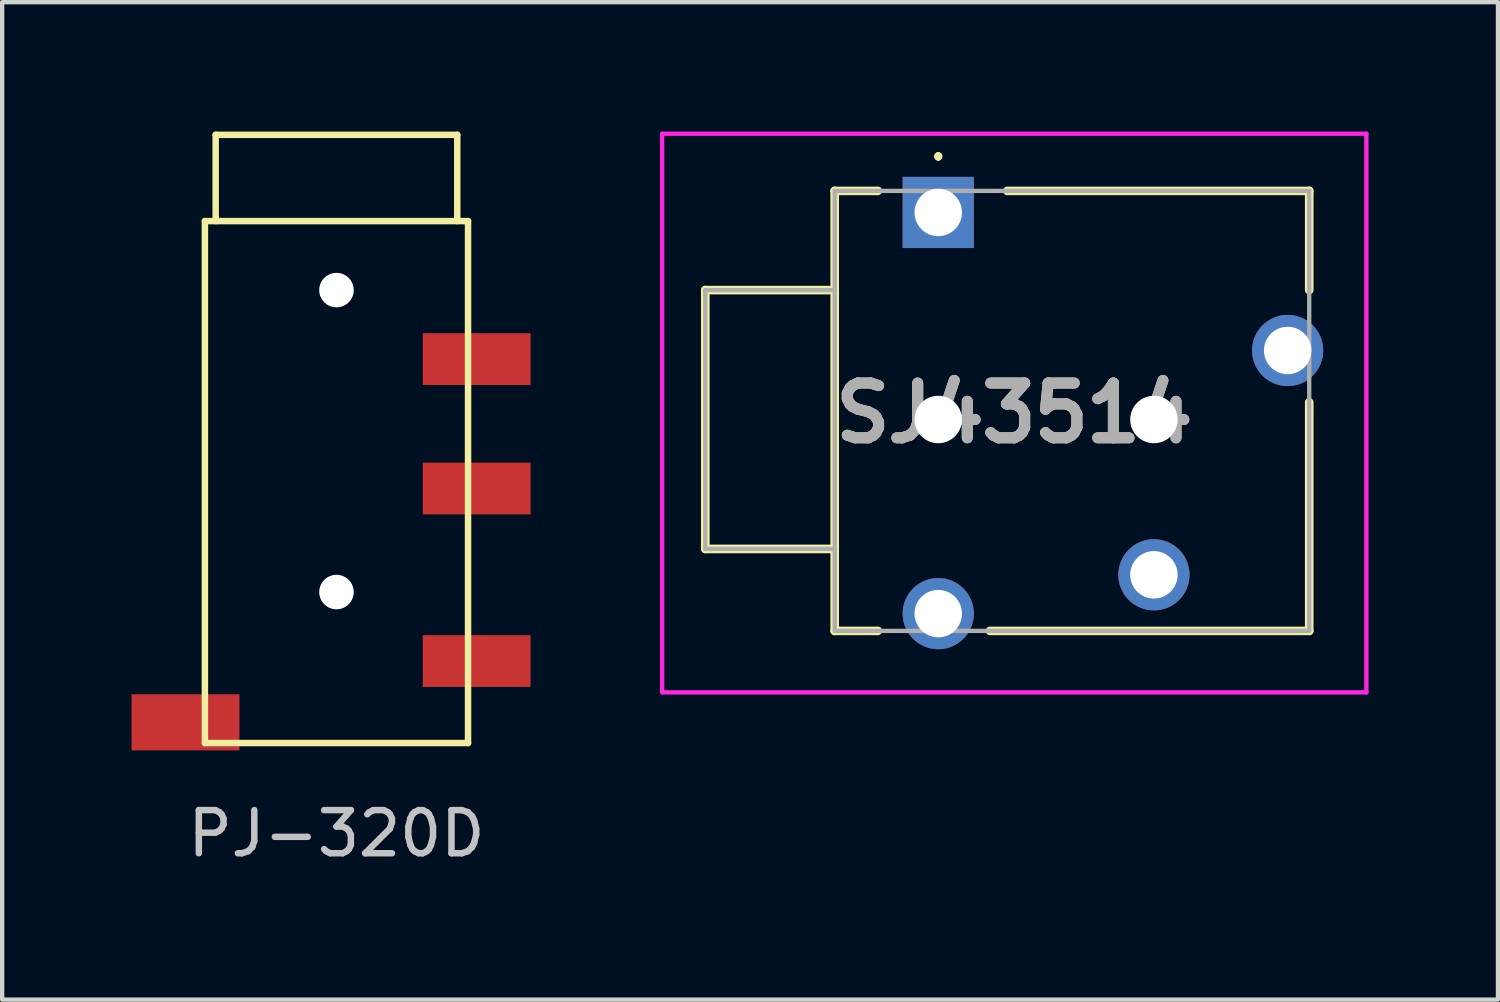
<source format=kicad_pcb>
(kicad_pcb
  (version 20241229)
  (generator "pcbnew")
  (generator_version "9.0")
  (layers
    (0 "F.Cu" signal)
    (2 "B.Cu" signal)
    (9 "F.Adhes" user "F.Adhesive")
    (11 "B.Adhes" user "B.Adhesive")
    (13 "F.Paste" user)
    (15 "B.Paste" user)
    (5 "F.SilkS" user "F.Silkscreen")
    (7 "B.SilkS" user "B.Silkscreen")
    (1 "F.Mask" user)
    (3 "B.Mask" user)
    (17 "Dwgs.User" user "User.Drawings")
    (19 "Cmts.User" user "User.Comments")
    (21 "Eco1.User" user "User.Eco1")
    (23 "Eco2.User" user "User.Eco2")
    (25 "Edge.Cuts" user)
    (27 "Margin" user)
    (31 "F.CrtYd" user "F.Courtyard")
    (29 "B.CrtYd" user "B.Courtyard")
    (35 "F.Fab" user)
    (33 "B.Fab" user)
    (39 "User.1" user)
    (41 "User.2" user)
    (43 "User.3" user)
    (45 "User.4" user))
  (footprint "PJ-320D"
    (layer "F.Cu")
    (at 4.75 2.075)
    (property "Reference" "PJ-320D" (at 0 14.2 0) (layer "Dwgs.User") (effects (font (size 1 1) (thickness 0.15))))
    (attr through_hole)
    (fp_line (start -3.05 0) (end -3.05 12.1) (stroke (width 0.15) (type solid)) (layer "F.SilkS"))
    (fp_line (start -2.8 0) (end -2.8 -2) (stroke (width 0.15) (type solid)) (layer "F.SilkS"))
    (fp_line (start 2.8 -2) (end -2.8 -2) (stroke (width 0.15) (type solid)) (layer "F.SilkS"))
    (fp_line (start 2.8 0) (end 2.8 -2) (stroke (width 0.15) (type solid)) (layer "F.SilkS"))
    (fp_line (start 3.05 0) (end -3.05 0) (stroke (width 0.15) (type solid)) (layer "F.SilkS"))
    (fp_line (start 3.05 0) (end 3.05 12.1) (stroke (width 0.15) (type solid)) (layer "F.SilkS"))
    (fp_line (start 3.05 12.1) (end -3.05 12.1) (stroke (width 0.15) (type solid)) (layer "F.SilkS"))
    (pad "" np_thru_hole circle (at 0 1.6) (size 0.8 0.8) (drill 0.8) (layers "*.Cu" "*.Mask"))
    (pad "" np_thru_hole circle (at 0 8.6) (size 0.8 0.8) (drill 0.8) (layers "*.Cu" "*.Mask"))
    (pad "1" smd rect (at -3.5 11.62) (size 2.5 1.3) (layers "F.Cu" "F.Mask" "F.Paste"))
    (pad "2" smd rect (at 3.25 10.2) (size 2.5 1.2) (layers "F.Cu" "F.Mask" "F.Paste"))
    (pad "3" smd rect (at 3.25 6.2) (size 2.5 1.2) (layers "F.Cu" "F.Mask" "F.Paste"))
    (pad "4" smd rect (at 3.25 3.2) (size 2.5 1.2) (layers "F.Cu" "F.Mask" "F.Paste")))
  (footprint "SJ43514"
    (layer "F.Cu")
    (at 18.7 1.875)
    (property "Reference" "SJ43514" (at 1.762 4.65 0) (layer "F.SilkS") (effects (font (size 1.27 1.27) (thickness 0.254))))
    (attr through_hole)
    (fp_line (start -5.4 1.8) (end -5.4 7.8) (stroke (width 0.2) (type solid)) (layer "F.SilkS"))
    (fp_line (start -5.4 7.8) (end -2.4 7.8) (stroke (width 0.2) (type solid)) (layer "F.SilkS"))
    (fp_line (start -2.4 -0.5) (end -2.4 9.7) (stroke (width 0.2) (type solid)) (layer "F.SilkS"))
    (fp_line (start -2.4 1.8) (end -5.4 1.8) (stroke (width 0.2) (type solid)) (layer "F.SilkS"))
    (fp_line (start -2.4 9.7) (end -1.4 9.7) (stroke (width 0.2) (type solid)) (layer "F.SilkS"))
    (fp_line (start -1.4 -0.5) (end -2.4 -0.5) (stroke (width 0.2) (type solid)) (layer "F.SilkS"))
    (fp_line (start 0 -1.35) (end 0 -1.35) (stroke (width 0.1) (type solid)) (layer "F.SilkS"))
    (fp_line (start 0 -1.25) (end 0 -1.25) (stroke (width 0.1) (type solid)) (layer "F.SilkS"))
    (fp_line (start 1.2 9.7) (end 8.6 9.7) (stroke (width 0.2) (type solid)) (layer "F.SilkS"))
    (fp_line (start 1.6 -0.5) (end 8.6 -0.5) (stroke (width 0.2) (type solid)) (layer "F.SilkS"))
    (fp_line (start 8.6 -0.5) (end 8.6 1.8) (stroke (width 0.2) (type solid)) (layer "F.SilkS"))
    (fp_line (start 8.6 9.7) (end 8.6 4.4) (stroke (width 0.2) (type solid)) (layer "F.SilkS"))
    (fp_arc (start 0 -1.35) (mid 0.05 -1.3) (end 0 -1.25) (stroke (width 0.1) (type solid)) (layer "F.SilkS"))
    (fp_arc (start 0 -1.25) (mid -0.05 -1.3) (end 0 -1.35) (stroke (width 0.1) (type solid)) (layer "F.SilkS"))
    (fp_line (start -6.4 -1.825) (end 9.925 -1.825) (stroke (width 0.1) (type solid)) (layer "F.CrtYd"))
    (fp_line (start -6.4 11.125) (end -6.4 -1.825) (stroke (width 0.1) (type solid)) (layer "F.CrtYd"))
    (fp_line (start 9.925 -1.825) (end 9.925 11.125) (stroke (width 0.1) (type solid)) (layer "F.CrtYd"))
    (fp_line (start 9.925 11.125) (end -6.4 11.125) (stroke (width 0.1) (type solid)) (layer "F.CrtYd"))
    (fp_line (start -5.4 1.8) (end -5.4 7.8) (stroke (width 0.1) (type solid)) (layer "F.Fab"))
    (fp_line (start -5.4 7.8) (end -2.4 7.8) (stroke (width 0.1) (type solid)) (layer "F.Fab"))
    (fp_line (start -2.4 -0.5) (end 8.6 -0.5) (stroke (width 0.1) (type solid)) (layer "F.Fab"))
    (fp_line (start -2.4 1.8) (end -5.4 1.8) (stroke (width 0.1) (type solid)) (layer "F.Fab"))
    (fp_line (start -2.4 9.7) (end -2.4 -0.5) (stroke (width 0.1) (type solid)) (layer "F.Fab"))
    (fp_line (start 8.6 -0.5) (end 8.6 9.7) (stroke (width 0.1) (type solid)) (layer "F.Fab"))
    (fp_line (start 8.6 9.7) (end -2.4 9.7) (stroke (width 0.1) (type solid)) (layer "F.Fab"))
    (fp_text user "${REFERENCE}" (at 1.762 4.65 0) (layer "F.Fab") (effects (font (size 1.27 1.27) (thickness 0.254))))
    (pad "" np_thru_hole circle (at 0 4.8) (size 1.1 1.1) (drill 1.1) (layers "*.Cu" "*.Mask"))
    (pad "" np_thru_hole circle (at 5 4.8) (size 1.1 1.1) (drill 1.1) (layers "*.Cu" "*.Mask"))
    (pad "1" thru_hole rect (at 0 0) (size 1.65 1.65) (drill 1.1) (layers "*.Cu" "*.Mask"))
    (pad "2" thru_hole circle (at 5 8.4) (size 1.65 1.65) (drill 1.1) (layers "*.Cu" "*.Mask"))
    (pad "3" thru_hole circle (at 8.1 3.2) (size 1.65 1.65) (drill 1.1) (layers "*.Cu" "*.Mask"))
    (pad "4" thru_hole circle (at 0 9.3) (size 1.65 1.65) (drill 1.1) (layers "*.Cu" "*.Mask")))
  (gr_rect
    (start -3 -3)
    (end 31.675 20.123)
    (stroke (width 0.1) (type default))
    (fill no)
    (layer "Edge.Cuts")))
</source>
